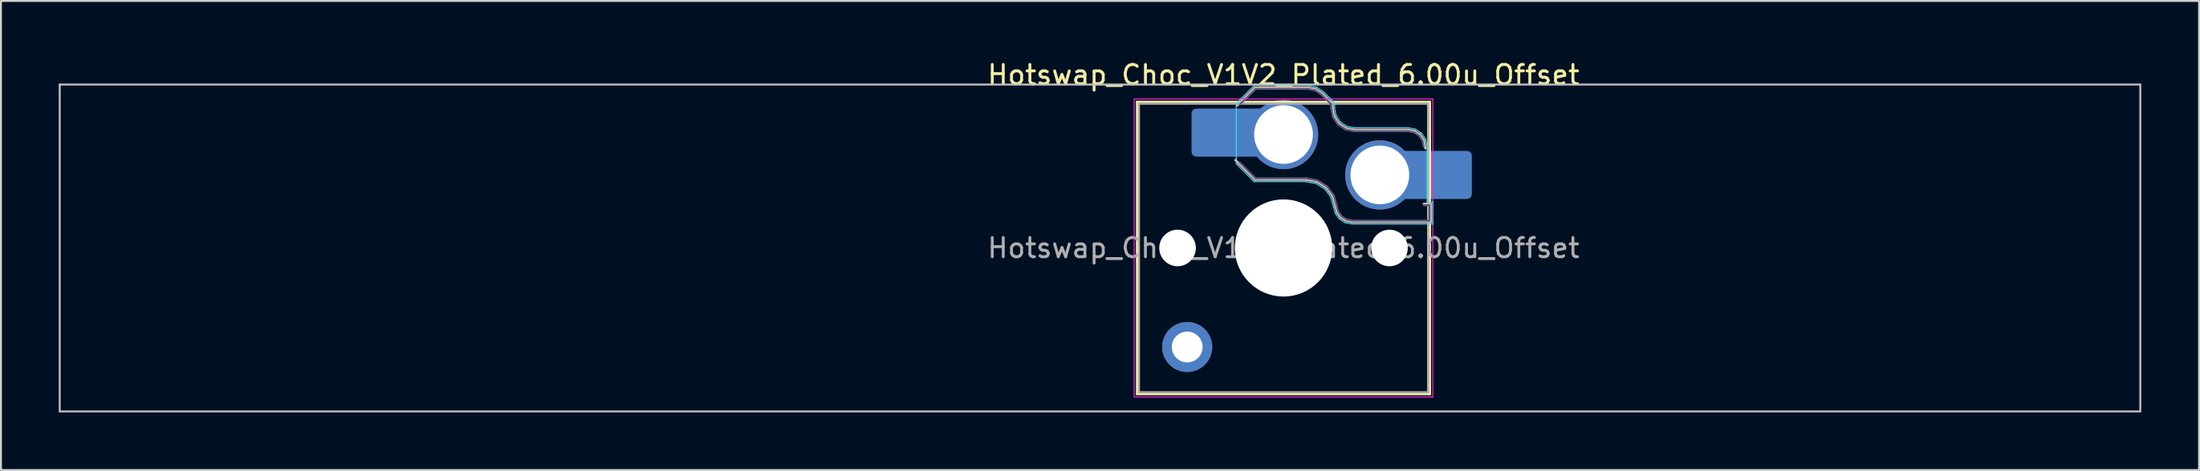
<source format=kicad_pcb>
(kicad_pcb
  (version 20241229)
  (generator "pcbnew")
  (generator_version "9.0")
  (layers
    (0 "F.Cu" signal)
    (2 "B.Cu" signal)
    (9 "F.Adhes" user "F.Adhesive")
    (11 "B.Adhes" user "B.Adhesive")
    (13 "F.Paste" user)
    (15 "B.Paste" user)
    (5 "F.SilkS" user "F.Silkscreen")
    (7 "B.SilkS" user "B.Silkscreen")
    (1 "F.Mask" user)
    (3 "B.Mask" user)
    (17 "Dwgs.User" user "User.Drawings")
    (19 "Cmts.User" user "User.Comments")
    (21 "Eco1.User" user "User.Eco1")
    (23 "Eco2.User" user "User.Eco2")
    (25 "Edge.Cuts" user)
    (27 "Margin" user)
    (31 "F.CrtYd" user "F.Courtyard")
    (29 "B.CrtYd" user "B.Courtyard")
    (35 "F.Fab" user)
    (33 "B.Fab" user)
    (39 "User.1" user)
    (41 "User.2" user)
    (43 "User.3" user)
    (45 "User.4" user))
  (footprint "Hotswap_Choc_V1V2_Plated_6.00u_Offset"
    (layer "F.Cu")
    (at 63.575 9.848)
    (property "Reference" "Hotswap_Choc_V1V2_Plated_6.00u_Offset" (at 0 -9 0) (layer "F.SilkS") (effects (font (size 1 1) (thickness 0.15))))
    (attr smd allow_soldermask_bridges)
    (fp_line (start -7.6 -7.6) (end -7.6 7.6) (stroke (width 0.12) (type solid)) (layer "F.SilkS"))
    (fp_line (start -7.6 7.6) (end 7.6 7.6) (stroke (width 0.12) (type solid)) (layer "F.SilkS"))
    (fp_line (start 7.6 -7.6) (end -7.6 -7.6) (stroke (width 0.12) (type solid)) (layer "F.SilkS"))
    (fp_line (start 7.6 7.6) (end 7.6 -7.6) (stroke (width 0.12) (type solid)) (layer "F.SilkS"))
    (fp_line (start -2.416 -7.409) (end -1.479 -8.346) (stroke (width 0.12) (type solid)) (layer "B.SilkS"))
    (fp_line (start -1.479 -8.346) (end 1.268 -8.346) (stroke (width 0.12) (type solid)) (layer "B.SilkS"))
    (fp_line (start -1.479 -3.554) (end -2.5 -4.575) (stroke (width 0.12) (type solid)) (layer "B.SilkS"))
    (fp_line (start 1.168 -3.554) (end -1.479 -3.554) (stroke (width 0.12) (type solid)) (layer "B.SilkS"))
    (fp_line (start 1.268 -8.346) (end 1.671 -8.266) (stroke (width 0.12) (type solid)) (layer "B.SilkS"))
    (fp_line (start 1.671 -8.266) (end 2.013 -8.037) (stroke (width 0.12) (type solid)) (layer "B.SilkS"))
    (fp_line (start 1.73 -3.449) (end 1.168 -3.554) (stroke (width 0.12) (type solid)) (layer "B.SilkS"))
    (fp_line (start 2.013 -8.037) (end 2.546 -7.504) (stroke (width 0.12) (type solid)) (layer "B.SilkS"))
    (fp_line (start 2.209 -3.15) (end 1.73 -3.449) (stroke (width 0.12) (type solid)) (layer "B.SilkS"))
    (fp_line (start 2.546 -7.504) (end 2.546 -7.282) (stroke (width 0.12) (type solid)) (layer "B.SilkS"))
    (fp_line (start 2.546 -7.282) (end 2.633 -6.844) (stroke (width 0.12) (type solid)) (layer "B.SilkS"))
    (fp_line (start 2.547 -2.697) (end 2.209 -3.15) (stroke (width 0.12) (type solid)) (layer "B.SilkS"))
    (fp_line (start 2.633 -6.844) (end 2.877 -6.477) (stroke (width 0.12) (type solid)) (layer "B.SilkS"))
    (fp_line (start 2.701 -2.139) (end 2.547 -2.697) (stroke (width 0.12) (type solid)) (layer "B.SilkS"))
    (fp_line (start 2.783 -1.841) (end 2.701 -2.139) (stroke (width 0.12) (type solid)) (layer "B.SilkS"))
    (fp_line (start 2.877 -6.477) (end 3.244 -6.233) (stroke (width 0.12) (type solid)) (layer "B.SilkS"))
    (fp_line (start 2.976 -1.583) (end 2.783 -1.841) (stroke (width 0.12) (type solid)) (layer "B.SilkS"))
    (fp_line (start 3.244 -6.233) (end 3.682 -6.146) (stroke (width 0.12) (type solid)) (layer "B.SilkS"))
    (fp_line (start 3.25 -1.413) (end 2.976 -1.583) (stroke (width 0.12) (type solid)) (layer "B.SilkS"))
    (fp_line (start 3.56 -1.354) (end 3.25 -1.413) (stroke (width 0.12) (type solid)) (layer "B.SilkS"))
    (fp_line (start 3.682 -6.146) (end 6.482 -6.146) (stroke (width 0.12) (type solid)) (layer "B.SilkS"))
    (fp_line (start 6.482 -6.146) (end 6.809 -6.081) (stroke (width 0.12) (type solid)) (layer "B.SilkS"))
    (fp_line (start 6.809 -6.081) (end 7.092 -5.892) (stroke (width 0.12) (type solid)) (layer "B.SilkS"))
    (fp_line (start 7.092 -5.892) (end 7.281 -5.609) (stroke (width 0.12) (type solid)) (layer "B.SilkS"))
    (fp_line (start 7.281 -5.609) (end 7.366 -5.182) (stroke (width 0.12) (type solid)) (layer "B.SilkS"))
    (fp_line (start 7.283 -2.296) (end 7.646 -2.296) (stroke (width 0.12) (type solid)) (layer "B.SilkS"))
    (fp_line (start 7.646 -2.296) (end 7.646 -1.354) (stroke (width 0.12) (type solid)) (layer "B.SilkS"))
    (fp_line (start 7.646 -1.354) (end 3.56 -1.354) (stroke (width 0.12) (type solid)) (layer "B.SilkS"))
    (fp_line (start -63.525 -8.5) (end -63.525 8.5) (stroke (width 0.1) (type solid)) (layer "Dwgs.User"))
    (fp_line (start -63.525 8.5) (end 44.475 8.5) (stroke (width 0.1) (type solid)) (layer "Dwgs.User"))
    (fp_line (start 44.475 -8.5) (end -63.525 -8.5) (stroke (width 0.1) (type solid)) (layer "Dwgs.User"))
    (fp_line (start 44.475 8.5) (end 44.475 -8.5) (stroke (width 0.1) (type solid)) (layer "Dwgs.User"))
    (fp_line (start -7.25 -7.25) (end -7.25 7.25) (stroke (width 0.1) (type solid)) (layer "Eco1.User"))
    (fp_line (start -7.25 7.25) (end 7.25 7.25) (stroke (width 0.1) (type solid)) (layer "Eco1.User"))
    (fp_line (start 7.25 -7.25) (end -7.25 -7.25) (stroke (width 0.1) (type solid)) (layer "Eco1.User"))
    (fp_line (start 7.25 7.25) (end 7.25 -7.25) (stroke (width 0.1) (type solid)) (layer "Eco1.User"))
    (fp_line (start -2.452 -7.523) (end -1.523 -8.452) (stroke (width 0.05) (type solid)) (layer "B.CrtYd"))
    (fp_line (start -2.452 -4.377) (end -2.452 -7.523) (stroke (width 0.05) (type solid)) (layer "B.CrtYd"))
    (fp_line (start -1.523 -8.452) (end 1.278 -8.452) (stroke (width 0.05) (type solid)) (layer "B.CrtYd"))
    (fp_line (start -1.523 -3.448) (end -2.452 -4.377) (stroke (width 0.05) (type solid)) (layer "B.CrtYd"))
    (fp_line (start 1.159 -3.448) (end -1.523 -3.448) (stroke (width 0.05) (type solid)) (layer "B.CrtYd"))
    (fp_line (start 1.278 -8.452) (end 1.712 -8.366) (stroke (width 0.05) (type solid)) (layer "B.CrtYd"))
    (fp_line (start 1.691 -3.348) (end 1.159 -3.448) (stroke (width 0.05) (type solid)) (layer "B.CrtYd"))
    (fp_line (start 1.712 -8.366) (end 2.081 -8.119) (stroke (width 0.05) (type solid)) (layer "B.CrtYd"))
    (fp_line (start 2.081 -8.119) (end 2.652 -7.548) (stroke (width 0.05) (type solid)) (layer "B.CrtYd"))
    (fp_line (start 2.136 -3.071) (end 1.691 -3.348) (stroke (width 0.05) (type solid)) (layer "B.CrtYd"))
    (fp_line (start 2.45 -2.65) (end 2.136 -3.071) (stroke (width 0.05) (type solid)) (layer "B.CrtYd"))
    (fp_line (start 2.599 -2.111) (end 2.45 -2.65) (stroke (width 0.05) (type solid)) (layer "B.CrtYd"))
    (fp_line (start 2.652 -7.548) (end 2.652 -7.292) (stroke (width 0.05) (type solid)) (layer "B.CrtYd"))
    (fp_line (start 2.652 -7.292) (end 2.733 -6.885) (stroke (width 0.05) (type solid)) (layer "B.CrtYd"))
    (fp_line (start 2.687 -1.794) (end 2.599 -2.111) (stroke (width 0.05) (type solid)) (layer "B.CrtYd"))
    (fp_line (start 2.733 -6.885) (end 2.953 -6.553) (stroke (width 0.05) (type solid)) (layer "B.CrtYd"))
    (fp_line (start 2.903 -1.503) (end 2.687 -1.794) (stroke (width 0.05) (type solid)) (layer "B.CrtYd"))
    (fp_line (start 2.953 -6.553) (end 3.285 -6.333) (stroke (width 0.05) (type solid)) (layer "B.CrtYd"))
    (fp_line (start 3.211 -1.312) (end 2.903 -1.503) (stroke (width 0.05) (type solid)) (layer "B.CrtYd"))
    (fp_line (start 3.285 -6.333) (end 3.692 -6.252) (stroke (width 0.05) (type solid)) (layer "B.CrtYd"))
    (fp_line (start 3.55 -1.248) (end 3.211 -1.312) (stroke (width 0.05) (type solid)) (layer "B.CrtYd"))
    (fp_line (start 3.692 -6.252) (end 6.492 -6.252) (stroke (width 0.05) (type solid)) (layer "B.CrtYd"))
    (fp_line (start 6.492 -6.252) (end 6.85 -6.181) (stroke (width 0.05) (type solid)) (layer "B.CrtYd"))
    (fp_line (start 6.85 -6.181) (end 7.168 -5.968) (stroke (width 0.05) (type solid)) (layer "B.CrtYd"))
    (fp_line (start 7.168 -5.968) (end 7.381 -5.65) (stroke (width 0.05) (type solid)) (layer "B.CrtYd"))
    (fp_line (start 7.381 -5.65) (end 7.452 -5.292) (stroke (width 0.05) (type solid)) (layer "B.CrtYd"))
    (fp_line (start 7.452 -5.292) (end 7.452 -2.402) (stroke (width 0.05) (type solid)) (layer "B.CrtYd"))
    (fp_line (start 7.452 -2.402) (end 7.752 -2.402) (stroke (width 0.05) (type solid)) (layer "B.CrtYd"))
    (fp_line (start 7.752 -2.402) (end 7.752 -1.248) (stroke (width 0.05) (type solid)) (layer "B.CrtYd"))
    (fp_line (start 7.752 -1.248) (end 3.55 -1.248) (stroke (width 0.05) (type solid)) (layer "B.CrtYd"))
    (fp_line (start -7.75 -7.75) (end -7.75 7.75) (stroke (width 0.05) (type solid)) (layer "F.CrtYd"))
    (fp_line (start -7.75 7.75) (end 7.75 7.75) (stroke (width 0.05) (type solid)) (layer "F.CrtYd"))
    (fp_line (start 7.75 -7.75) (end -7.75 -7.75) (stroke (width 0.05) (type solid)) (layer "F.CrtYd"))
    (fp_line (start 7.75 7.75) (end 7.75 -7.75) (stroke (width 0.05) (type solid)) (layer "F.CrtYd"))
    (fp_line (start -2.275 -7.45) (end -1.45 -8.275) (stroke (width 0.1) (type solid)) (layer "B.Fab"))
    (fp_line (start -1.45 -8.275) (end 1.261 -8.275) (stroke (width 0.1) (type solid)) (layer "B.Fab"))
    (fp_line (start -1.45 -3.625) (end -2.275 -4.45) (stroke (width 0.1) (type solid)) (layer "B.Fab"))
    (fp_line (start 1.175 -3.625) (end -1.45 -3.625) (stroke (width 0.1) (type solid)) (layer "B.Fab"))
    (fp_line (start 1.261 -8.275) (end 1.643 -8.199) (stroke (width 0.1) (type solid)) (layer "B.Fab"))
    (fp_line (start 1.643 -8.199) (end 1.968 -7.982) (stroke (width 0.1) (type solid)) (layer "B.Fab"))
    (fp_line (start 1.756 -3.516) (end 1.175 -3.625) (stroke (width 0.1) (type solid)) (layer "B.Fab"))
    (fp_line (start 1.968 -7.982) (end 2.475 -7.475) (stroke (width 0.1) (type solid)) (layer "B.Fab"))
    (fp_line (start 2.258 -3.203) (end 1.756 -3.516) (stroke (width 0.1) (type solid)) (layer "B.Fab"))
    (fp_line (start 2.475 -7.475) (end 2.475 -7.275) (stroke (width 0.1) (type solid)) (layer "B.Fab"))
    (fp_line (start 2.475 -7.275) (end 2.566 -6.816) (stroke (width 0.1) (type solid)) (layer "B.Fab"))
    (fp_line (start 2.566 -6.816) (end 2.826 -6.426) (stroke (width 0.1) (type solid)) (layer "B.Fab"))
    (fp_line (start 2.612 -2.729) (end 2.258 -3.203) (stroke (width 0.1) (type solid)) (layer "B.Fab"))
    (fp_line (start 2.769 -2.158) (end 2.612 -2.729) (stroke (width 0.1) (type solid)) (layer "B.Fab"))
    (fp_line (start 2.826 -6.426) (end 3.216 -6.166) (stroke (width 0.1) (type solid)) (layer "B.Fab"))
    (fp_line (start 2.848 -1.873) (end 2.769 -2.158) (stroke (width 0.1) (type solid)) (layer "B.Fab"))
    (fp_line (start 3.025 -1.636) (end 2.848 -1.873) (stroke (width 0.1) (type solid)) (layer "B.Fab"))
    (fp_line (start 3.216 -6.166) (end 3.675 -6.075) (stroke (width 0.1) (type solid)) (layer "B.Fab"))
    (fp_line (start 3.276 -1.48) (end 3.025 -1.636) (stroke (width 0.1) (type solid)) (layer "B.Fab"))
    (fp_line (start 3.567 -1.425) (end 3.276 -1.48) (stroke (width 0.1) (type solid)) (layer "B.Fab"))
    (fp_line (start 3.675 -6.075) (end 6.475 -6.075) (stroke (width 0.1) (type solid)) (layer "B.Fab"))
    (fp_line (start 6.475 -6.075) (end 6.781 -6.014) (stroke (width 0.1) (type solid)) (layer "B.Fab"))
    (fp_line (start 6.781 -6.014) (end 7.041 -5.841) (stroke (width 0.1) (type solid)) (layer "B.Fab"))
    (fp_line (start 7.041 -5.841) (end 7.214 -5.581) (stroke (width 0.1) (type solid)) (layer "B.Fab"))
    (fp_line (start 7.214 -5.581) (end 7.275 -5.275) (stroke (width 0.1) (type solid)) (layer "B.Fab"))
    (fp_line (start 7.275 -2.225) (end 7.575 -2.225) (stroke (width 0.1) (type solid)) (layer "B.Fab"))
    (fp_line (start 7.575 -2.225) (end 7.575 -1.425) (stroke (width 0.1) (type solid)) (layer "B.Fab"))
    (fp_line (start 7.575 -1.425) (end 3.567 -1.425) (stroke (width 0.1) (type solid)) (layer "B.Fab"))
    (fp_line (start -7.5 -7.5) (end -7.5 7.5) (stroke (width 0.1) (type solid)) (layer "F.Fab"))
    (fp_line (start -7.5 7.5) (end 7.5 7.5) (stroke (width 0.1) (type solid)) (layer "F.Fab"))
    (fp_line (start 7.5 -7.5) (end -7.5 -7.5) (stroke (width 0.1) (type solid)) (layer "F.Fab"))
    (fp_line (start 7.5 7.5) (end 7.5 -7.5) (stroke (width 0.1) (type solid)) (layer "F.Fab"))
    (fp_text user "${REFERENCE}" (at 0 0 0) (layer "F.Fab") (effects (font (size 1 1) (thickness 0.15))))
    (pad "" np_thru_hole circle (at -5.5 0) (size 1.9 1.9) (drill 1.9) (layers "*.Cu" "*.Mask"))
    (pad "" thru_hole circle (at -5 5.15) (size 2.6 2.6) (drill 1.6) (layers "*.Cu" "*.Mask"))
    (pad "" smd roundrect (at -3.5 -6) (size 2.55 2.5) (layers "B.Mask" "B.Paste") (roundrect_rratio 0.1))
    (pad "" np_thru_hole circle (at 0 0) (size 5.05 5.05) (drill 5.05) (layers "*.Cu" "*.Mask"))
    (pad "" np_thru_hole circle (at 5.5 0) (size 1.9 1.9) (drill 1.9) (layers "*.Cu" "*.Mask"))
    (pad "" smd roundrect (at 8.5 -3.8) (size 2.55 2.5) (layers "B.Mask" "B.Paste") (roundrect_rratio 0.1))
    (pad "1" smd roundrect (at -2.85 -6) (size 3.85 2.5) (layers "B.Cu") (roundrect_rratio 0.1))
    (pad "1" thru_hole circle (at 0 -5.9) (size 3.6 3.6) (drill 3.05) (layers "*.Cu" "*.Mask"))
    (pad "2" thru_hole circle (at 5 -3.8) (size 3.6 3.6) (drill 3.05) (layers "*.Cu" "*.Mask"))
    (pad "2" smd roundrect (at 7.85 -3.8) (size 3.85 2.5) (layers "B.Cu") (roundrect_rratio 0.1)))
  (gr_rect
    (start -3 -3)
    (end 111.1 21.398)
    (stroke (width 0.1) (type default))
    (fill no)
    (layer "Edge.Cuts")))
</source>
